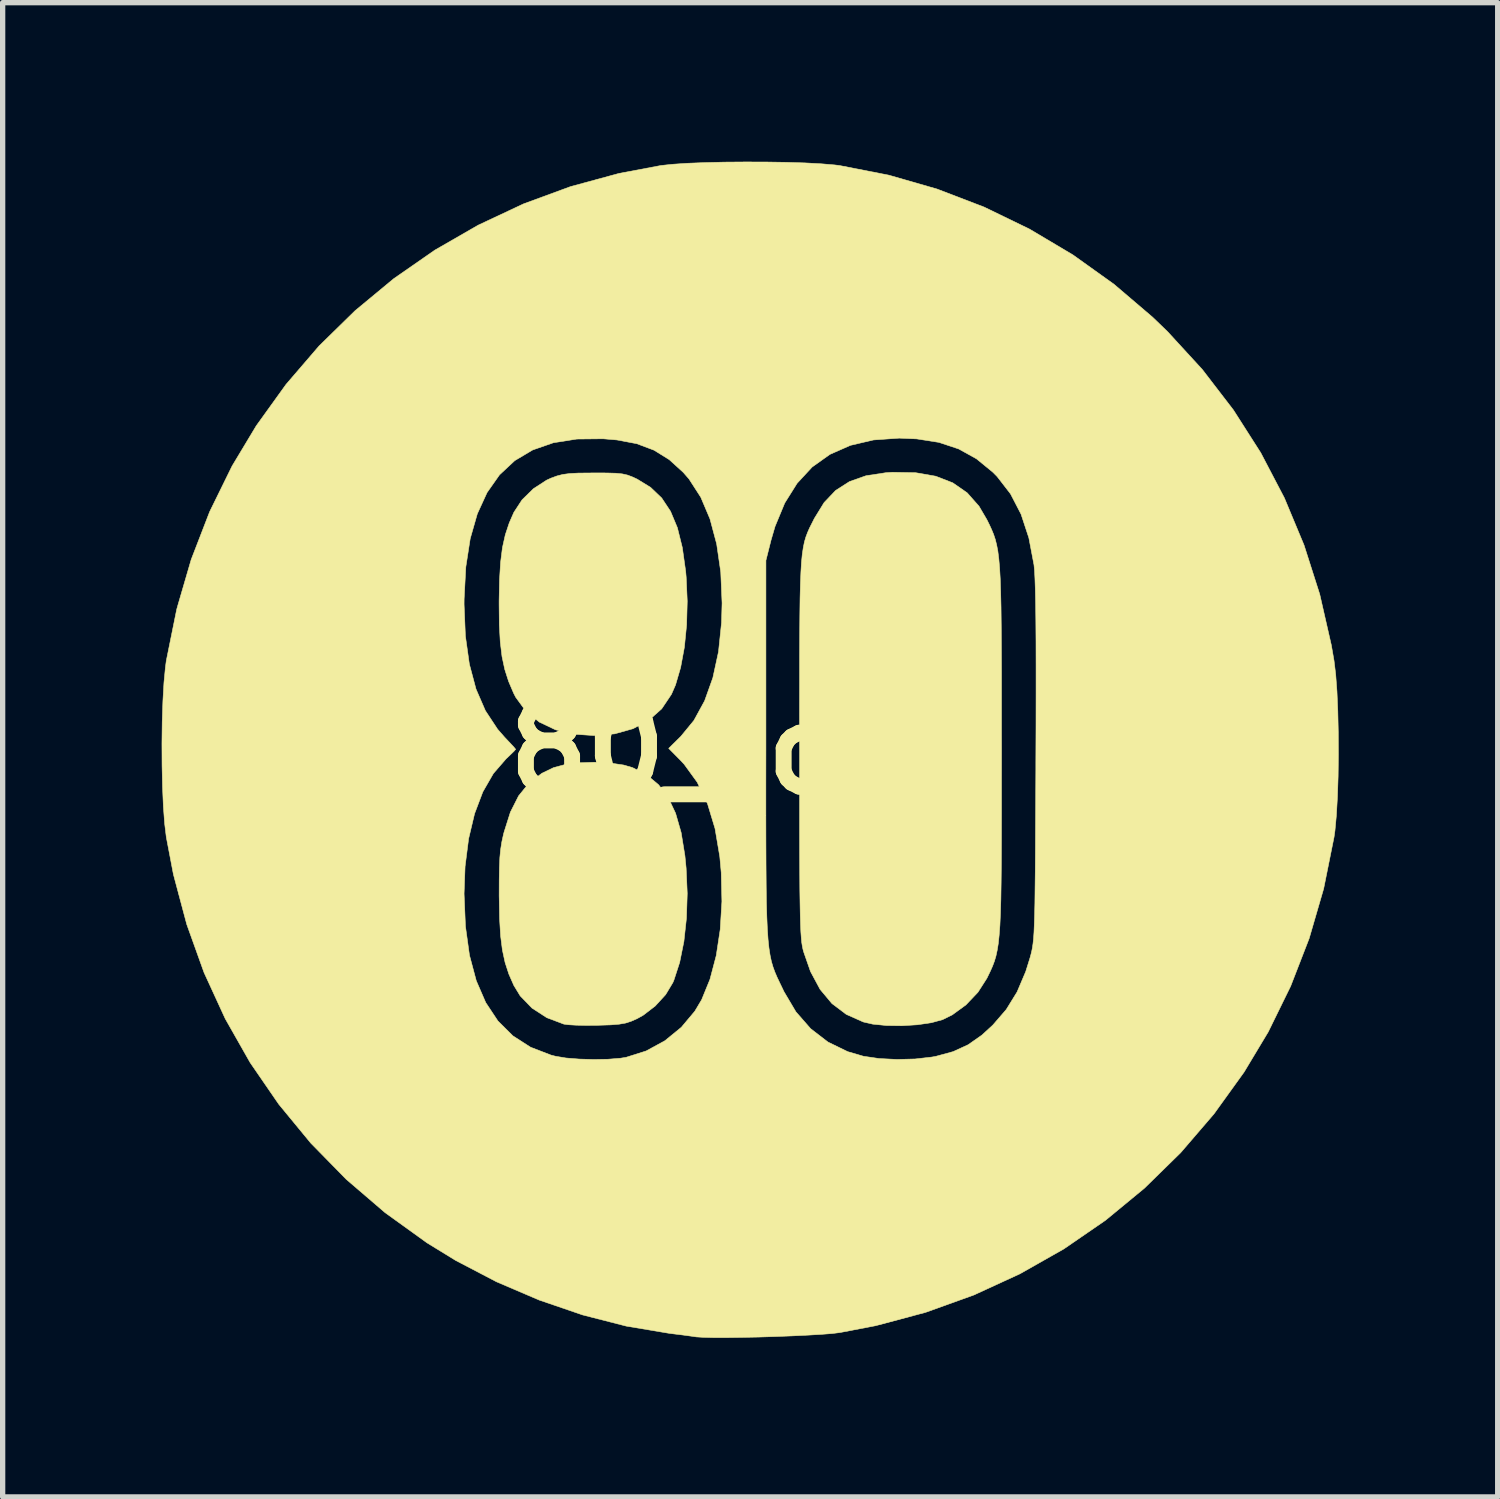
<source format=kicad_pcb>
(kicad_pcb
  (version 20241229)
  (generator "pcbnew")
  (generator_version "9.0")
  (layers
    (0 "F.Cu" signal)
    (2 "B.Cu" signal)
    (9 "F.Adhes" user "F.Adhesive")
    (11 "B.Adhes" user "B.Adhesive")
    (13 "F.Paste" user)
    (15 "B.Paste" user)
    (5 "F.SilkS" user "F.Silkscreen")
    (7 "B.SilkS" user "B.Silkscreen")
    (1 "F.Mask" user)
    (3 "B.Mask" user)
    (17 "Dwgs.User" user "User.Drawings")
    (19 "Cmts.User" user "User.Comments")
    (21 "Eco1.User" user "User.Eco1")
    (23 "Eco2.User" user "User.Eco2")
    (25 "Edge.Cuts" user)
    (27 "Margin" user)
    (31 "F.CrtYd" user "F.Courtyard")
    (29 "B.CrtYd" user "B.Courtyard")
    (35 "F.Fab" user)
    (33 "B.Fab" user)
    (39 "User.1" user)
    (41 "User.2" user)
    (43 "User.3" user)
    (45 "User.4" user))
  (footprint "80_logo"
    (layer "F.Cu")
    (at 11.08 11.099)
    (property "Reference" "80_logo" (at 0 0 0) (layer "F.SilkS") (effects (font (size 1.524 1.524) (thickness 0.3))))
    (attr through_hole)
    (fp_poly (pts (xy -2.686 -5.227) (xy -2.517 -5.222) (xy -2.393 -5.21) (xy -2.295 -5.188) (xy -2.204 -5.154) (xy -2.111 -5.111) (xy -1.857 -4.955) (xy -1.648 -4.755) (xy -1.481 -4.503) (xy -1.352 -4.194) (xy -1.259 -3.82) (xy -1.196 -3.374) (xy -1.186 -3.26) (xy -1.166 -2.808) (xy -1.178 -2.363) (xy -1.22 -1.94) (xy -1.291 -1.557) (xy -1.387 -1.229) (xy -1.464 -1.052) (xy -1.648 -0.778) (xy -1.892 -0.561) (xy -2.189 -0.403) (xy -2.535 -0.306) (xy -2.924 -0.274) (xy -3.293 -0.299) (xy -3.65 -0.382) (xy -3.957 -0.528) (xy -4.21 -0.734) (xy -4.402 -0.997) (xy -4.441 -1.073) (xy -4.536 -1.296) (xy -4.608 -1.521) (xy -4.66 -1.763) (xy -4.693 -2.038) (xy -4.711 -2.363) (xy -4.715 -2.753) (xy -4.715 -2.815) (xy -4.707 -3.212) (xy -4.687 -3.541) (xy -4.652 -3.819) (xy -4.598 -4.061) (xy -4.524 -4.284) (xy -4.436 -4.485) (xy -4.282 -4.72) (xy -4.068 -4.93) (xy -3.82 -5.091) (xy -3.735 -5.13) (xy -3.623 -5.171) (xy -3.514 -5.199) (xy -3.387 -5.216) (xy -3.222 -5.225) (xy -2.998 -5.227) (xy -2.921 -5.228) (xy -2.686 -5.227)) (stroke (width 0.01) (type solid)) (fill yes) (layer "F.SilkS"))
    (fp_poly (pts (xy -2.626 0.244) (xy -2.367 0.282) (xy -2.198 0.331) (xy -1.93 0.468) (xy -1.707 0.654) (xy -1.527 0.893) (xy -1.386 1.192) (xy -1.281 1.557) (xy -1.21 1.993) (xy -1.187 2.229) (xy -1.166 2.704) (xy -1.181 3.17) (xy -1.229 3.61) (xy -1.309 4.006) (xy -1.418 4.341) (xy -1.437 4.386) (xy -1.574 4.614) (xy -1.77 4.828) (xy -1.998 5.003) (xy -2.111 5.066) (xy -2.224 5.116) (xy -2.33 5.15) (xy -2.451 5.171) (xy -2.61 5.184) (xy -2.829 5.191) (xy -2.857 5.192) (xy -3.069 5.194) (xy -3.261 5.19) (xy -3.411 5.181) (xy -3.493 5.17) (xy -3.816 5.048) (xy -4.095 4.867) (xy -4.317 4.637) (xy -4.437 4.44) (xy -4.531 4.226) (xy -4.602 4.008) (xy -4.653 3.772) (xy -4.687 3.502) (xy -4.706 3.18) (xy -4.713 2.792) (xy -4.714 2.752) (xy -4.713 2.449) (xy -4.709 2.213) (xy -4.701 2.028) (xy -4.686 1.874) (xy -4.664 1.734) (xy -4.633 1.592) (xy -4.622 1.55) (xy -4.502 1.171) (xy -4.347 0.864) (xy -4.151 0.622) (xy -3.908 0.438) (xy -3.689 0.332) (xy -3.475 0.274) (xy -3.208 0.24) (xy -2.916 0.23) (xy -2.626 0.244)) (stroke (width 0.01) (type solid)) (fill yes) (layer "F.SilkS"))
    (fp_poly (pts (xy 3.143 -5.232) (xy 3.521 -5.166) (xy 3.843 -5.041) (xy 4.114 -4.853) (xy 4.337 -4.601) (xy 4.487 -4.345) (xy 4.535 -4.248) (xy 4.576 -4.158) (xy 4.613 -4.069) (xy 4.644 -3.976) (xy 4.67 -3.873) (xy 4.693 -3.753) (xy 4.711 -3.61) (xy 4.726 -3.439) (xy 4.738 -3.234) (xy 4.746 -2.988) (xy 4.753 -2.697) (xy 4.757 -2.353) (xy 4.76 -1.951) (xy 4.762 -1.485) (xy 4.762 -0.95) (xy 4.762 -0.338) (xy 4.763 -0.021) (xy 4.762 0.628) (xy 4.762 1.199) (xy 4.761 1.697) (xy 4.759 2.129) (xy 4.755 2.499) (xy 4.75 2.815) (xy 4.742 3.081) (xy 4.732 3.305) (xy 4.718 3.491) (xy 4.702 3.646) (xy 4.681 3.776) (xy 4.657 3.887) (xy 4.628 3.984) (xy 4.594 4.074) (xy 4.555 4.163) (xy 4.51 4.256) (xy 4.487 4.304) (xy 4.318 4.568) (xy 4.093 4.805) (xy 3.835 4.994) (xy 3.651 5.085) (xy 3.44 5.143) (xy 3.174 5.182) (xy 2.883 5.2) (xy 2.593 5.196) (xy 2.333 5.17) (xy 2.155 5.129) (xy 1.834 4.986) (xy 1.564 4.782) (xy 1.34 4.514) (xy 1.159 4.177) (xy 1.03 3.807) (xy 1.016 3.754) (xy 1.004 3.695) (xy 0.993 3.625) (xy 0.985 3.537) (xy 0.977 3.426) (xy 0.971 3.286) (xy 0.966 3.112) (xy 0.962 2.897) (xy 0.958 2.636) (xy 0.956 2.323) (xy 0.954 1.952) (xy 0.953 1.518) (xy 0.953 1.015) (xy 0.953 0.437) (xy 0.953 -0.021) (xy 0.952 -0.673) (xy 0.953 -1.245) (xy 0.953 -1.745) (xy 0.955 -2.178) (xy 0.958 -2.549) (xy 0.962 -2.865) (xy 0.969 -3.132) (xy 0.978 -3.355) (xy 0.989 -3.54) (xy 1.004 -3.693) (xy 1.023 -3.82) (xy 1.045 -3.928) (xy 1.072 -4.02) (xy 1.104 -4.105) (xy 1.14 -4.187) (xy 1.183 -4.272) (xy 1.23 -4.366) (xy 1.234 -4.373) (xy 1.416 -4.669) (xy 1.634 -4.898) (xy 1.895 -5.065) (xy 2.207 -5.175) (xy 2.581 -5.232) (xy 2.706 -5.24) (xy 3.143 -5.232)) (stroke (width 0.01) (type solid)) (fill yes) (layer "F.SilkS"))
    (fp_poly (pts (xy 0.322 -11.093) (xy 0.703 -11.087) (xy 1.056 -11.076) (xy 1.365 -11.059) (xy 1.613 -11.038) (xy 1.704 -11.027) (xy 2.636 -10.845) (xy 3.547 -10.583) (xy 4.434 -10.243) (xy 5.29 -9.828) (xy 6.108 -9.342) (xy 6.884 -8.787) (xy 7.612 -8.166) (xy 7.894 -7.894) (xy 8.55 -7.179) (xy 9.137 -6.415) (xy 9.653 -5.607) (xy 10.098 -4.756) (xy 10.469 -3.866) (xy 10.765 -2.939) (xy 10.984 -1.979) (xy 11.035 -1.685) (xy 11.066 -1.429) (xy 11.09 -1.107) (xy 11.106 -0.736) (xy 11.115 -0.334) (xy 11.117 0.082) (xy 11.112 0.493) (xy 11.099 0.882) (xy 11.079 1.231) (xy 11.052 1.523) (xy 11.035 1.642) (xy 10.839 2.615) (xy 10.566 3.553) (xy 10.217 4.453) (xy 9.794 5.316) (xy 9.338 6.075) (xy 8.769 6.865) (xy 8.141 7.596) (xy 7.458 8.265) (xy 6.723 8.871) (xy 5.939 9.41) (xy 5.11 9.88) (xy 4.24 10.28) (xy 3.331 10.607) (xy 2.387 10.859) (xy 1.714 10.988) (xy 1.57 11.006) (xy 1.362 11.022) (xy 1.105 11.037) (xy 0.812 11.051) (xy 0.5 11.063) (xy 0.181 11.073) (xy -0.13 11.079) (xy -0.417 11.083) (xy -0.667 11.083) (xy -0.865 11.078) (xy -0.996 11.07) (xy -1.016 11.067) (xy -1.105 11.054) (xy -1.252 11.034) (xy -1.431 11.012) (xy -1.503 11.003) (xy -2.314 10.867) (xy -3.138 10.656) (xy -3.959 10.375) (xy -4.763 10.031) (xy -5.534 9.628) (xy -6.075 9.296) (xy -6.866 8.726) (xy -7.598 8.098) (xy -8.267 7.415) (xy -8.872 6.68) (xy -9.411 5.896) (xy -9.881 5.068) (xy -10.281 4.197) (xy -10.607 3.288) (xy -10.859 2.344) (xy -10.993 1.642) (xy -11.024 1.387) (xy -11.048 1.065) (xy -11.064 0.694) (xy -11.073 0.291) (xy -11.075 -0.124) (xy -11.07 -0.535) (xy -11.057 -0.924) (xy -11.037 -1.273) (xy -11.009 -1.565) (xy -10.993 -1.685) (xy -10.796 -2.657) (xy -10.769 -2.752) (xy -5.376 -2.752) (xy -5.351 -2.153) (xy -5.276 -1.62) (xy -5.151 -1.151) (xy -4.974 -0.743) (xy -4.744 -0.394) (xy -4.61 -0.241) (xy -4.508 -0.133) (xy -4.434 -0.053) (xy -4.403 -0.015) (xy -4.403 -0.014) (xy -4.431 0.019) (xy -4.505 0.091) (xy -4.583 0.165) (xy -4.823 0.442) (xy -5.022 0.788) (xy -5.178 1.2) (xy -5.29 1.671) (xy -5.357 2.196) (xy -5.376 2.709) (xy -5.35 3.324) (xy -5.274 3.871) (xy -5.146 4.351) (xy -4.967 4.764) (xy -4.737 5.111) (xy -4.455 5.391) (xy -4.122 5.605) (xy -3.736 5.754) (xy -3.65 5.776) (xy -3.453 5.809) (xy -3.203 5.829) (xy -2.928 5.837) (xy -2.659 5.832) (xy -2.426 5.813) (xy -2.32 5.796) (xy -1.941 5.676) (xy -1.589 5.484) (xy -1.278 5.23) (xy -1.023 4.926) (xy -0.894 4.709) (xy -0.737 4.324) (xy -0.619 3.877) (xy -0.544 3.383) (xy -0.512 2.856) (xy -0.525 2.309) (xy -0.552 2.011) (xy -0.642 1.48) (xy -0.784 1.011) (xy -0.955 0.655) (xy 0.317 0.655) (xy 0.317 1.232) (xy 0.318 1.736) (xy 0.32 2.173) (xy 0.323 2.549) (xy 0.327 2.871) (xy 0.335 3.144) (xy 0.345 3.374) (xy 0.358 3.567) (xy 0.375 3.73) (xy 0.396 3.867) (xy 0.421 3.986) (xy 0.452 4.092) (xy 0.488 4.19) (xy 0.53 4.288) (xy 0.579 4.391) (xy 0.634 4.505) (xy 0.658 4.556) (xy 0.884 4.938) (xy 1.162 5.256) (xy 1.489 5.508) (xy 1.861 5.689) (xy 2.159 5.776) (xy 2.453 5.819) (xy 2.79 5.836) (xy 3.134 5.827) (xy 3.448 5.791) (xy 3.521 5.778) (xy 3.851 5.688) (xy 4.132 5.559) (xy 4.392 5.377) (xy 4.597 5.189) (xy 4.852 4.894) (xy 5.056 4.563) (xy 5.219 4.179) (xy 5.301 3.916) (xy 5.318 3.853) (xy 5.333 3.791) (xy 5.346 3.724) (xy 5.357 3.647) (xy 5.367 3.553) (xy 5.375 3.436) (xy 5.381 3.29) (xy 5.387 3.109) (xy 5.392 2.887) (xy 5.395 2.618) (xy 5.399 2.295) (xy 5.402 1.914) (xy 5.404 1.467) (xy 5.407 0.949) (xy 5.41 0.353) (xy 5.41 0.233) (xy 5.413 -0.455) (xy 5.414 -1.063) (xy 5.414 -1.594) (xy 5.413 -2.052) (xy 5.41 -2.441) (xy 5.406 -2.766) (xy 5.4 -3.029) (xy 5.393 -3.236) (xy 5.385 -3.39) (xy 5.375 -3.493) (xy 5.278 -4.003) (xy 5.131 -4.449) (xy 4.932 -4.833) (xy 4.68 -5.159) (xy 4.599 -5.241) (xy 4.29 -5.494) (xy 3.955 -5.68) (xy 3.582 -5.804) (xy 3.162 -5.87) (xy 2.833 -5.884) (xy 2.347 -5.85) (xy 1.912 -5.748) (xy 1.526 -5.578) (xy 1.191 -5.34) (xy 0.907 -5.033) (xy 0.673 -4.66) (xy 0.49 -4.218) (xy 0.414 -3.958) (xy 0.318 -3.577) (xy 0.318 0) (xy 0.317 0.655) (xy -0.955 0.655) (xy -0.978 0.607) (xy -1.224 0.268) (xy -1.293 0.194) (xy -1.516 -0.032) (xy -1.288 -0.257) (xy -1.04 -0.559) (xy -0.838 -0.929) (xy -0.683 -1.363) (xy -0.576 -1.856) (xy -0.519 -2.405) (xy -0.509 -2.773) (xy -0.534 -3.358) (xy -0.611 -3.888) (xy -0.737 -4.36) (xy -0.911 -4.77) (xy -1.133 -5.114) (xy -1.242 -5.239) (xy -1.506 -5.479) (xy -1.793 -5.657) (xy -2.117 -5.779) (xy -2.492 -5.85) (xy -2.752 -5.872) (xy -3.248 -5.867) (xy -3.691 -5.797) (xy -4.082 -5.661) (xy -4.42 -5.46) (xy -4.707 -5.192) (xy -4.942 -4.858) (xy -5.126 -4.457) (xy -5.26 -3.989) (xy -5.343 -3.454) (xy -5.375 -2.85) (xy -5.376 -2.752) (xy -10.769 -2.752) (xy -10.523 -3.595) (xy -10.175 -4.496) (xy -9.752 -5.358) (xy -9.296 -6.117) (xy -8.734 -6.898) (xy -8.111 -7.623) (xy -7.432 -8.288) (xy -6.703 -8.892) (xy -5.927 -9.431) (xy -5.109 -9.902) (xy -4.255 -10.303) (xy -3.368 -10.629) (xy -2.453 -10.878) (xy -1.662 -11.027) (xy -1.448 -11.05) (xy -1.167 -11.069) (xy -0.833 -11.082) (xy -0.462 -11.091) (xy -0.072 -11.094) (xy 0.322 -11.093)) (stroke (width 0.01) (type solid)) (fill yes) (layer "F.SilkS")))
  (gr_rect
    (start -3 -3)
    (end 25.202 25.187)
    (stroke (width 0.1) (type default))
    (fill no)
    (layer "Edge.Cuts")))
</source>
